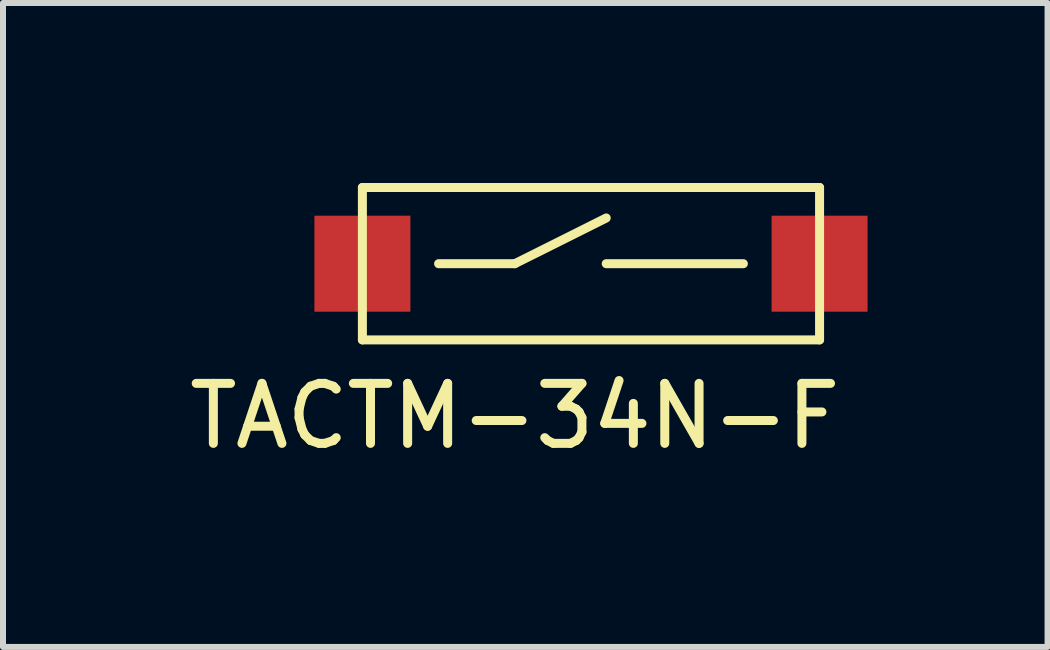
<source format=kicad_pcb>
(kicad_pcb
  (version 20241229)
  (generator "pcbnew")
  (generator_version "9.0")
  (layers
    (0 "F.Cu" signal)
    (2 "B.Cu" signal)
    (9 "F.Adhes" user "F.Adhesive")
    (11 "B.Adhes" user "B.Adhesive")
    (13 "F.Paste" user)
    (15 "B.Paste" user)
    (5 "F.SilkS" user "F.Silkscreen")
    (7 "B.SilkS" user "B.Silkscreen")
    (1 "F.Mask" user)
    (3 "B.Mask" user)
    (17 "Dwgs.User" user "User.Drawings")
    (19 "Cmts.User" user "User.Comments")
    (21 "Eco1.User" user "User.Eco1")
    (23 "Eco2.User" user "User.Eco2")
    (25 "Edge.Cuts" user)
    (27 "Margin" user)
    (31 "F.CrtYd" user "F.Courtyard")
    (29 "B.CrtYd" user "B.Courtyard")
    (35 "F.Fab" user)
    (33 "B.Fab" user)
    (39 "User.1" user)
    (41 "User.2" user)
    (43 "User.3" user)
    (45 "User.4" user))
  (footprint "TACTM-34N-F"
    (layer "F.Cu")
    (at 6.8 1.345)
    (property "Reference" "TACTM-34N-F" (at -1.27 2.54 0) (layer "F.SilkS") (effects (font (size 1 1) (thickness 0.15))))
    (attr through_hole)
    (fp_line (start -3.81 -1.27) (end -3.81 1.27) (stroke (width 0.15) (type solid)) (layer "F.SilkS"))
    (fp_line (start -3.81 1.27) (end 3.81 1.27) (stroke (width 0.15) (type solid)) (layer "F.SilkS"))
    (fp_line (start -2.54 0) (end -1.27 0) (stroke (width 0.15) (type solid)) (layer "F.SilkS"))
    (fp_line (start -1.27 0) (end 0.254 -0.762) (stroke (width 0.15) (type solid)) (layer "F.SilkS"))
    (fp_line (start 0.254 0) (end 2.54 0) (stroke (width 0.15) (type solid)) (layer "F.SilkS"))
    (fp_line (start 3.81 -1.27) (end -3.81 -1.27) (stroke (width 0.15) (type solid)) (layer "F.SilkS"))
    (fp_line (start 3.81 1.27) (end 3.81 -1.27) (stroke (width 0.15) (type solid)) (layer "F.SilkS"))
    (pad "1" smd rect (at -3.81 0) (size 1.6 1.6) (layers "F.Cu" "F.Mask" "F.Paste"))
    (pad "2" smd rect (at 3.81 0) (size 1.6 1.6) (layers "F.Cu" "F.Mask" "F.Paste")))
  (gr_rect
    (start -3 -3)
    (end 14.41 7.733)
    (stroke (width 0.1) (type default))
    (fill no)
    (layer "Edge.Cuts")))
</source>
